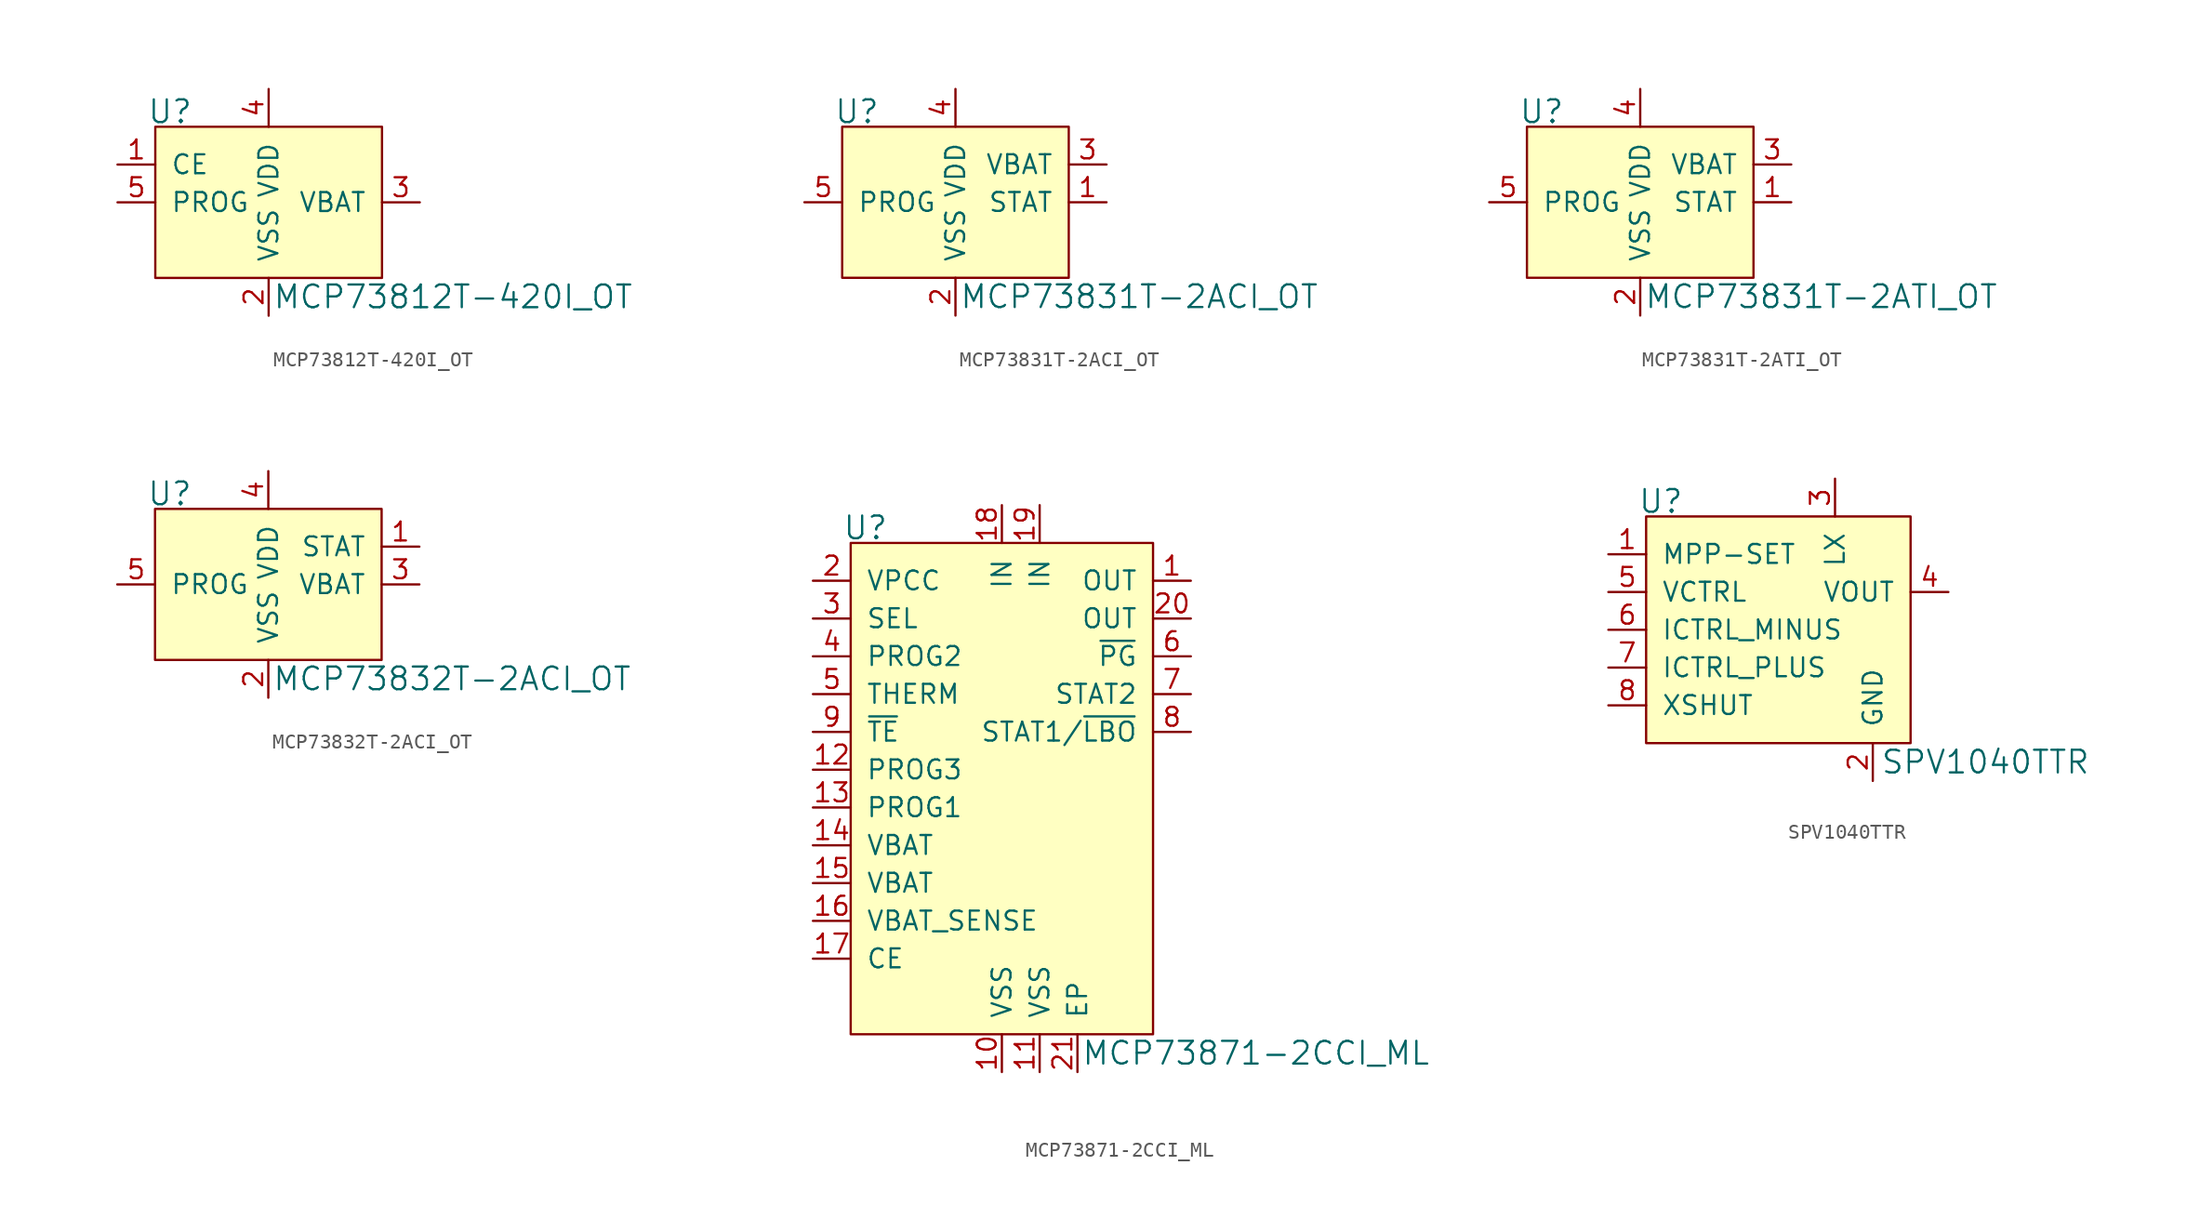
<source format=kicad_sym>
(kicad_symbol_lib
  (version 20220914)
  (generator kicad_symbol_editor)
  (symbol "MCP73812T-420I_OT"
    (pin_names
      (offset 1.016))
    (property "Reference" "U"
      (at -5.08 1.016 0)
      (effects (font (size 1.524 1.524)) (justify right)))
    (property "Value" "MCP73812T-420I_OT"
      (at 0.254 -11.43 0)
      (effects (font (size 1.524 1.524)) (justify left)))
    (symbol "MCP73812T-420I_OT_0_1"
      (rectangle (start -7.62 0) (end 7.62 -10.16) (stroke (width 0) (type default)) (fill (type background))))
    (symbol "MCP73812T-420I_OT_1_1"
      (pin input line (at -10.16 -2.54 0) (length 2.54) (name "CE" (effects (font (size 1.27 1.27)))) (number "1" (effects (font (size 1.27 1.27)))))
      (pin power_in line (at 0 -12.7 90) (length 2.54) (name "VSS" (effects (font (size 1.27 1.27)))) (number "2" (effects (font (size 1.27 1.27)))))
      (pin power_out line (at 10.16 -5.08 180) (length 2.54) (name "VBAT" (effects (font (size 1.27 1.27)))) (number "3" (effects (font (size 1.27 1.27)))))
      (pin power_in line (at 0 2.54 270) (length 2.54) (name "VDD" (effects (font (size 1.27 1.27)))) (number "4" (effects (font (size 1.27 1.27)))))
      (pin input line (at -10.16 -5.08 0) (length 2.54) (name "PROG" (effects (font (size 1.27 1.27)))) (number "5" (effects (font (size 1.27 1.27)))))))
  (symbol "MCP73831T-2ACI_OT"
    (pin_names
      (offset 1.016))
    (property "Reference" "U"
      (at -5.08 3.556 0)
      (effects (font (size 1.524 1.524)) (justify right)))
    (property "Value" "MCP73831T-2ACI_OT"
      (at 0.254 -8.89 0)
      (effects (font (size 1.524 1.524)) (justify left)))
    (symbol "MCP73831T-2ACI_OT_0_1"
      (rectangle (start 7.62 2.54) (end -7.62 -7.62) (stroke (width 0) (type default)) (fill (type background))))
    (symbol "MCP73831T-2ACI_OT_1_1"
      (pin output line (at 10.16 -2.54 180) (length 2.54) (name "STAT" (effects (font (size 1.27 1.27)))) (number "1" (effects (font (size 1.27 1.27)))))
      (pin power_in line (at 0 -10.16 90) (length 2.54) (name "VSS" (effects (font (size 1.27 1.27)))) (number "2" (effects (font (size 1.27 1.27)))))
      (pin power_out line (at 10.16 0 180) (length 2.54) (name "VBAT" (effects (font (size 1.27 1.27)))) (number "3" (effects (font (size 1.27 1.27)))))
      (pin power_in line (at 0 5.08 270) (length 2.54) (name "VDD" (effects (font (size 1.27 1.27)))) (number "4" (effects (font (size 1.27 1.27)))))
      (pin input line (at -10.16 -2.54 0) (length 2.54) (name "PROG" (effects (font (size 1.27 1.27)))) (number "5" (effects (font (size 1.27 1.27)))))))
  (symbol "MCP73831T-2ATI_OT"
    (pin_names
      (offset 1.016))
    (property "Reference" "U"
      (at -5.08 3.556 0)
      (effects (font (size 1.524 1.524)) (justify right)))
    (property "Value" "MCP73831T-2ATI_OT"
      (at 0.254 -8.89 0)
      (effects (font (size 1.524 1.524)) (justify left)))
    (symbol "MCP73831T-2ATI_OT_0_1"
      (rectangle (start 7.62 2.54) (end -7.62 -7.62) (stroke (width 0) (type default)) (fill (type background))))
    (symbol "MCP73831T-2ATI_OT_1_1"
      (pin output line (at 10.16 -2.54 180) (length 2.54) (name "STAT" (effects (font (size 1.27 1.27)))) (number "1" (effects (font (size 1.27 1.27)))))
      (pin power_in line (at 0 -10.16 90) (length 2.54) (name "VSS" (effects (font (size 1.27 1.27)))) (number "2" (effects (font (size 1.27 1.27)))))
      (pin power_out line (at 10.16 0 180) (length 2.54) (name "VBAT" (effects (font (size 1.27 1.27)))) (number "3" (effects (font (size 1.27 1.27)))))
      (pin power_in line (at 0 5.08 270) (length 2.54) (name "VDD" (effects (font (size 1.27 1.27)))) (number "4" (effects (font (size 1.27 1.27)))))
      (pin input line (at -10.16 -2.54 0) (length 2.54) (name "PROG" (effects (font (size 1.27 1.27)))) (number "5" (effects (font (size 1.27 1.27)))))))
  (symbol "MCP73832T-2ACI_OT"
    (pin_names
      (offset 1.016))
    (property "Reference" "U"
      (at -5.08 1.016 0)
      (effects (font (size 1.524 1.524)) (justify right)))
    (property "Value" "MCP73832T-2ACI_OT"
      (at 0.254 -11.43 0)
      (effects (font (size 1.524 1.524)) (justify left)))
    (symbol "MCP73832T-2ACI_OT_0_1"
      (rectangle (start -7.62 0) (end 7.62 -10.16) (stroke (width 0) (type default)) (fill (type background))))
    (symbol "MCP73832T-2ACI_OT_1_1"
      (pin output line (at 10.16 -2.54 180) (length 2.54) (name "STAT" (effects (font (size 1.27 1.27)))) (number "1" (effects (font (size 1.27 1.27)))))
      (pin power_in line (at 0 -12.7 90) (length 2.54) (name "VSS" (effects (font (size 1.27 1.27)))) (number "2" (effects (font (size 1.27 1.27)))))
      (pin power_out line (at 10.16 -5.08 180) (length 2.54) (name "VBAT" (effects (font (size 1.27 1.27)))) (number "3" (effects (font (size 1.27 1.27)))))
      (pin power_in line (at 0 2.54 270) (length 2.54) (name "VDD" (effects (font (size 1.27 1.27)))) (number "4" (effects (font (size 1.27 1.27)))))
      (pin input line (at -10.16 -5.08 0) (length 2.54) (name "PROG" (effects (font (size 1.27 1.27)))) (number "5" (effects (font (size 1.27 1.27)))))))
  (symbol "MCP73871-2CCI_ML"
    (pin_names
      (offset 1.016))
    (property "Reference" "U"
      (at -7.62 13.716 0)
      (effects (font (size 1.524 1.524)) (justify right)))
    (property "Value" "MCP73871-2CCI_ML"
      (at 5.334 -21.59 0)
      (effects (font (size 1.524 1.524)) (justify left)))
    (symbol "MCP73871-2CCI_ML_0_1"
      (rectangle (start -10.16 12.7) (end 10.16 -20.32) (stroke (width 0) (type default)) (fill (type background))))
    (symbol "MCP73871-2CCI_ML_1_1"
      (pin power_out line (at 12.7 10.16 180) (length 2.54) (name "OUT" (effects (font (size 1.27 1.27)))) (number "1" (effects (font (size 1.27 1.27)))))
      (pin power_in line (at 0 -22.86 90) (length 2.54) (name "VSS" (effects (font (size 1.27 1.27)))) (number "10" (effects (font (size 1.27 1.27)))))
      (pin power_in line (at 2.54 -22.86 90) (length 2.54) (name "VSS" (effects (font (size 1.27 1.27)))) (number "11" (effects (font (size 1.27 1.27)))))
      (pin passive line (at -12.7 -2.54 0) (length 2.54) (name "PROG3" (effects (font (size 1.27 1.27)))) (number "12" (effects (font (size 1.27 1.27)))))
      (pin input line (at -12.7 -5.08 0) (length 2.54) (name "PROG1" (effects (font (size 1.27 1.27)))) (number "13" (effects (font (size 1.27 1.27)))))
      (pin passive line (at -12.7 -7.62 0) (length 2.54) (name "VBAT" (effects (font (size 1.27 1.27)))) (number "14" (effects (font (size 1.27 1.27)))))
      (pin passive line (at -12.7 -10.16 0) (length 2.54) (name "VBAT" (effects (font (size 1.27 1.27)))) (number "15" (effects (font (size 1.27 1.27)))))
      (pin input line (at -12.7 -12.7 0) (length 2.54) (name "VBAT_SENSE" (effects (font (size 1.27 1.27)))) (number "16" (effects (font (size 1.27 1.27)))))
      (pin input line (at -12.7 -15.24 0) (length 2.54) (name "CE" (effects (font (size 1.27 1.27)))) (number "17" (effects (font (size 1.27 1.27)))))
      (pin power_in line (at 0 15.24 270) (length 2.54) (name "IN" (effects (font (size 1.27 1.27)))) (number "18" (effects (font (size 1.27 1.27)))))
      (pin power_in line (at 2.54 15.24 270) (length 2.54) (name "IN" (effects (font (size 1.27 1.27)))) (number "19" (effects (font (size 1.27 1.27)))))
      (pin input line (at -12.7 10.16 0) (length 2.54) (name "VPCC" (effects (font (size 1.27 1.27)))) (number "2" (effects (font (size 1.27 1.27)))))
      (pin power_out line (at 12.7 7.62 180) (length 2.54) (name "OUT" (effects (font (size 1.27 1.27)))) (number "20" (effects (font (size 1.27 1.27)))))
      (pin power_in line (at 5.08 -22.86 90) (length 2.54) (name "EP" (effects (font (size 1.27 1.27)))) (number "21" (effects (font (size 1.27 1.27)))))
      (pin input line (at -12.7 7.62 0) (length 2.54) (name "SEL" (effects (font (size 1.27 1.27)))) (number "3" (effects (font (size 1.27 1.27)))))
      (pin input line (at -12.7 5.08 0) (length 2.54) (name "PROG2" (effects (font (size 1.27 1.27)))) (number "4" (effects (font (size 1.27 1.27)))))
      (pin input line (at -12.7 2.54 0) (length 2.54) (name "THERM" (effects (font (size 1.27 1.27)))) (number "5" (effects (font (size 1.27 1.27)))))
      (pin output line (at 12.7 5.08 180) (length 2.54) (name "~{PG}" (effects (font (size 1.27 1.27)))) (number "6" (effects (font (size 1.27 1.27)))))
      (pin output line (at 12.7 2.54 180) (length 2.54) (name "STAT2" (effects (font (size 1.27 1.27)))) (number "7" (effects (font (size 1.27 1.27)))))
      (pin output line (at 12.7 0 180) (length 2.54) (name "STAT1/~{LBO}" (effects (font (size 1.27 1.27)))) (number "8" (effects (font (size 1.27 1.27)))))
      (pin input line (at -12.7 0 0) (length 2.54) (name "~{TE}" (effects (font (size 1.27 1.27)))) (number "9" (effects (font (size 1.27 1.27)))))))
  (symbol "SPV1040TTR"
    (pin_names
      (offset 1.016))
    (property "Reference" "U"
      (at -7.62 6.096 0)
      (effects (font (size 1.524 1.524)) (justify right)))
    (property "Value" "SPV1040TTR"
      (at 5.588 -11.43 0)
      (effects (font (size 1.524 1.524)) (justify left)))
    (symbol "SPV1040TTR_0_1"
      (rectangle (start -10.16 5.08) (end 7.62 -10.16) (stroke (width 0) (type default)) (fill (type background))))
    (symbol "SPV1040TTR_1_1"
      (pin input line (at -12.7 2.54 0) (length 2.54) (name "MPP-SET" (effects (font (size 1.27 1.27)))) (number "1" (effects (font (size 1.27 1.27)))))
      (pin power_in line (at 5.08 -12.7 90) (length 2.54) (name "GND" (effects (font (size 1.27 1.27)))) (number "2" (effects (font (size 1.27 1.27)))))
      (pin power_in line (at 2.54 7.62 270) (length 2.54) (name "LX" (effects (font (size 1.27 1.27)))) (number "3" (effects (font (size 1.27 1.27)))))
      (pin power_out line (at 10.16 0 180) (length 2.54) (name "VOUT" (effects (font (size 1.27 1.27)))) (number "4" (effects (font (size 1.27 1.27)))))
      (pin input line (at -12.7 0 0) (length 2.54) (name "VCTRL" (effects (font (size 1.27 1.27)))) (number "5" (effects (font (size 1.27 1.27)))))
      (pin input line (at -12.7 -2.54 0) (length 2.54) (name "ICTRL_MINUS" (effects (font (size 1.27 1.27)))) (number "6" (effects (font (size 1.27 1.27)))))
      (pin input line (at -12.7 -5.08 0) (length 2.54) (name "ICTRL_PLUS" (effects (font (size 1.27 1.27)))) (number "7" (effects (font (size 1.27 1.27)))))
      (pin input line (at -12.7 -7.62 0) (length 2.54) (name "XSHUT" (effects (font (size 1.27 1.27)))) (number "8" (effects (font (size 1.27 1.27))))))))
</source>
